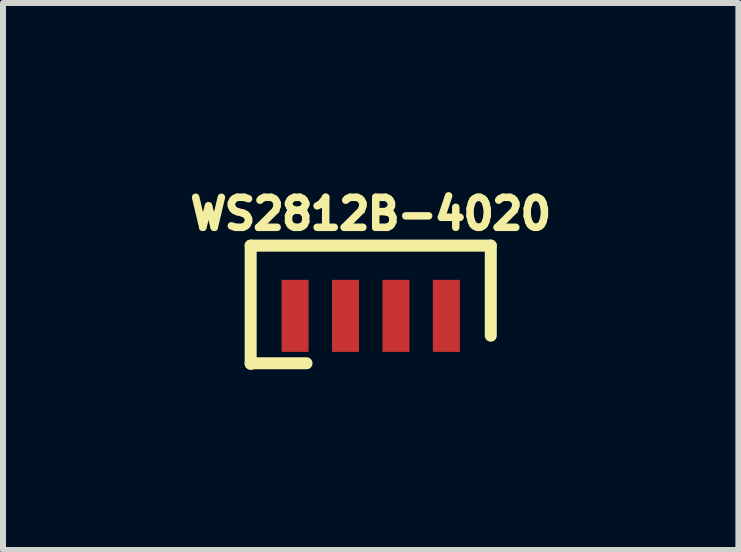
<source format=kicad_pcb>
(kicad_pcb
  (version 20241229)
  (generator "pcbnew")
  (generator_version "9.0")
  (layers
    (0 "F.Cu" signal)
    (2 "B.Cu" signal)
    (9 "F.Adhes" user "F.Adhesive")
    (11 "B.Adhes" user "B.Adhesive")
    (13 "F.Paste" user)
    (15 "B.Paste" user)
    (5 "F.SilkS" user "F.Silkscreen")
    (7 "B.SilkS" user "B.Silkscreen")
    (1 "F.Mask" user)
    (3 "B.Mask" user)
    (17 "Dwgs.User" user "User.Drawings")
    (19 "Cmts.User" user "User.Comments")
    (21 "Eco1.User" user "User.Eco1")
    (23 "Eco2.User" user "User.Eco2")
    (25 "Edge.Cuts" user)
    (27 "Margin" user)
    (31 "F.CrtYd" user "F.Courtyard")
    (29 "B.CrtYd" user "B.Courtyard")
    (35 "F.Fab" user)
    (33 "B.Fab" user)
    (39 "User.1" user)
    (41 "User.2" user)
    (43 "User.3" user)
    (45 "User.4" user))
  (footprint "WS2812B-4020"
    (layer "F.Cu")
    (at 3.126 1.792)
    (property "Reference" "WS2812B-4020" (at 0 -1.28 0) (layer "F.SilkS") (effects (font (size 0.5 0.5) (thickness 0.125))))
    (attr smd)
    (fp_line (start -2 -0.75) (end 2 -0.75) (stroke (width 0.2) (type solid)) (layer "F.SilkS"))
    (fp_line (start -2 1.21) (end -1.07 1.21) (stroke (width 0.2) (type solid)) (layer "F.SilkS"))
    (fp_line (start -2 1.22) (end -2 -0.75) (stroke (width 0.2) (type solid)) (layer "F.SilkS"))
    (fp_line (start 2 0.75) (end 2 -0.75) (stroke (width 0.2) (type solid)) (layer "F.SilkS"))
    (pad "1" smd rect (at -1.26 0.42) (size 0.45 1.2) (layers "F.Cu" "F.Mask" "F.Paste"))
    (pad "2" smd rect (at -0.42 0.42) (size 0.45 1.2) (layers "F.Cu" "F.Mask" "F.Paste"))
    (pad "3" smd rect (at 0.42 0.42) (size 0.45 1.2) (layers "F.Cu" "F.Mask" "F.Paste"))
    (pad "4" smd rect (at 1.26 0.42) (size 0.45 1.2) (layers "F.Cu" "F.Mask" "F.Paste")))
  (gr_rect
    (start -3 -3)
    (end 9.251 6.112)
    (stroke (width 0.1) (type default))
    (fill no)
    (layer "Edge.Cuts")))
</source>
